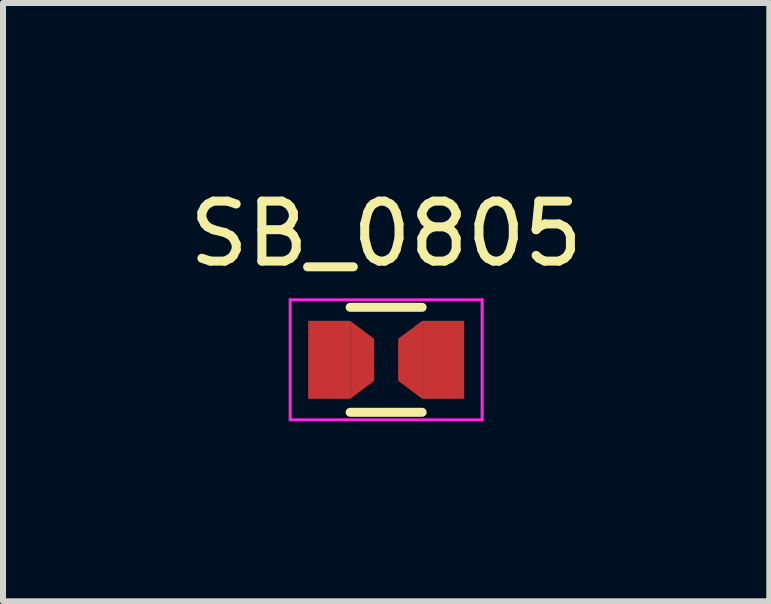
<source format=kicad_pcb>
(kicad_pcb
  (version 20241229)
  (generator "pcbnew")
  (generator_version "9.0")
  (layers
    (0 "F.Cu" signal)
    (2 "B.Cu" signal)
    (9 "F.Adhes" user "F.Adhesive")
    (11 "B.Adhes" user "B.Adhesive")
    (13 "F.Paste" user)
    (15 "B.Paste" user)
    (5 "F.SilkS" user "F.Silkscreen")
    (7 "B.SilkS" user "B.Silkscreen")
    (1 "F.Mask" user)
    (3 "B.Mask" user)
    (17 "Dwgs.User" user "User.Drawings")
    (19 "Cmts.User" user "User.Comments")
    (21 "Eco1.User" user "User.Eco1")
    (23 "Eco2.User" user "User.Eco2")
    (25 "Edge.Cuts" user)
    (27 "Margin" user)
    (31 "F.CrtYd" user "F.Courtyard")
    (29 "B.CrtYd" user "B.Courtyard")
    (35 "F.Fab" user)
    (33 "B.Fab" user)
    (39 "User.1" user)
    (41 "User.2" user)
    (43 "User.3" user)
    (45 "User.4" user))
  (footprint "SB_0805"
    (layer "F.Cu")
    (at 3.387 2.948)
    (property "Reference" "SB_0805" (at 0 -2.1 0) (layer "F.SilkS") (effects (font (size 1 1) (thickness 0.15))))
    (attr smd)
    (fp_line (start -0.6 -0.875) (end 0.6 -0.875) (stroke (width 0.15) (type solid)) (layer "F.SilkS"))
    (fp_line (start 0.6 0.875) (end -0.6 0.875) (stroke (width 0.15) (type solid)) (layer "F.SilkS"))
    (fp_line (start -1.6 -1) (end -1.6 1) (stroke (width 0.05) (type solid)) (layer "F.CrtYd"))
    (fp_line (start -1.6 -1) (end 1.6 -1) (stroke (width 0.05) (type solid)) (layer "F.CrtYd"))
    (fp_line (start -1.6 1) (end 1.6 1) (stroke (width 0.05) (type solid)) (layer "F.CrtYd"))
    (fp_line (start 1.6 -1) (end 1.6 1) (stroke (width 0.05) (type solid)) (layer "F.CrtYd"))
    (pad "1" smd rect (at -0.95 0) (size 0.7 1.3) (layers "F.Cu" "F.Mask"))
    (pad "2" smd trapezoid (at 0.4 0) (size 0.4 1) (rect_delta -0.3 0) (layers "F.Cu" "F.Mask"))
    (pad "2" smd rect (at 0.95 0) (size 0.7 1.3) (layers "F.Cu" "F.Mask"))
    (pad "`" smd trapezoid (at -0.4 0) (size 0.4 1) (rect_delta 0.3 0) (layers "F.Cu" "F.Mask")))
  (gr_rect
    (start -3 -3)
    (end 9.774 6.973)
    (stroke (width 0.1) (type default))
    (fill no)
    (layer "Edge.Cuts")))
</source>
